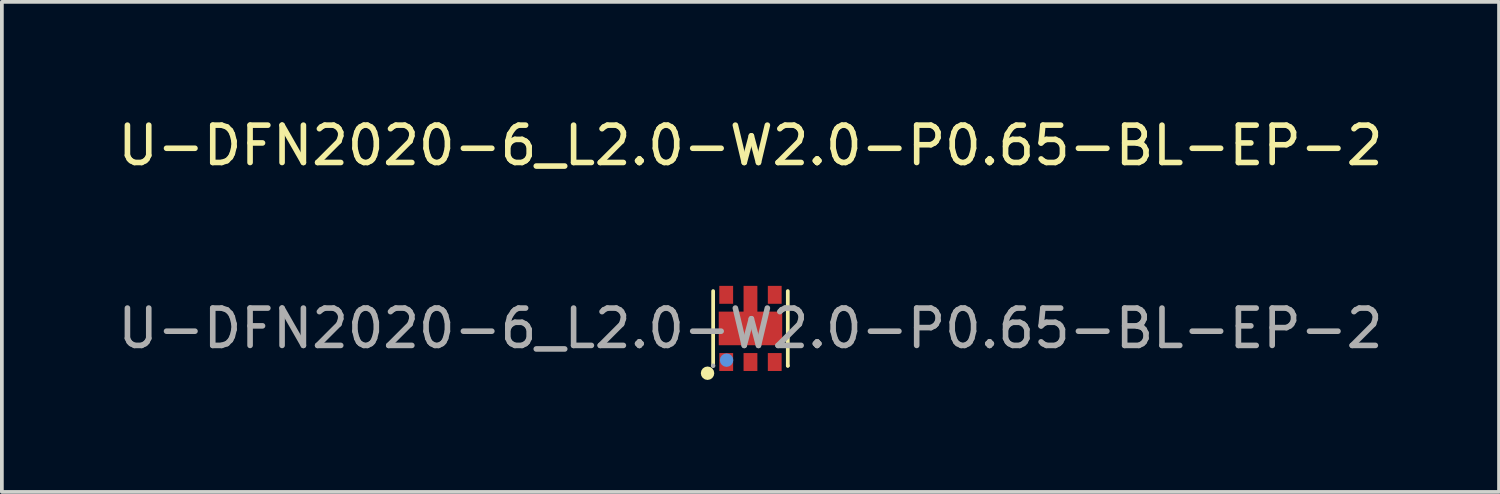
<source format=kicad_pcb>
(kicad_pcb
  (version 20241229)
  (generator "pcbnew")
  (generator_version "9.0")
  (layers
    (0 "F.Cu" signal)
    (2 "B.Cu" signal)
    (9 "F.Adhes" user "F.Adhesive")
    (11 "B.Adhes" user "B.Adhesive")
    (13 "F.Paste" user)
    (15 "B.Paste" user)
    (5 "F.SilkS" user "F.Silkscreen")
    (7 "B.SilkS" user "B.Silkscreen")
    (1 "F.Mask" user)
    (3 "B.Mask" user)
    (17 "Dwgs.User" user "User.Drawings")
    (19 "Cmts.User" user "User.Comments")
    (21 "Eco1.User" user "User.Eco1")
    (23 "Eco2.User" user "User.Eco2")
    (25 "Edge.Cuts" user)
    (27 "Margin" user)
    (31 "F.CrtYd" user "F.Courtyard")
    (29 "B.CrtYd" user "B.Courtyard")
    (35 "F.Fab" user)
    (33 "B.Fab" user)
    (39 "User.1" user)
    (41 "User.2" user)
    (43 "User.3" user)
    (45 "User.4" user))
  (footprint "U-DFN2020-6_L2.0-W2.0-P0.65-BL-EP-2"
    (layer "F.Cu")
    (at 17.054 5.748)
    (property "Reference" "U-DFN2020-6_L2.0-W2.0-P0.65-BL-EP-2" (at 0 -4.9 0) (layer "F.SilkS") (effects (font (size 1 1) (thickness 0.15))))
    (attr smd)
    (fp_line (start -1 1) (end -1 -1) (stroke (width 0.1) (type solid)) (layer "F.SilkS"))
    (fp_line (start 1 -1) (end 1 1) (stroke (width 0.1) (type solid)) (layer "F.SilkS"))
    (fp_line (start 1 1) (end 1 1) (stroke (width 0.1) (type solid)) (layer "F.SilkS"))
    (fp_circle (center -1.15 1.2) (end -1.06 1.2) (stroke (width 0.18) (type solid)) (fill no) (layer "F.SilkS"))
    (fp_circle (center -0.64 0.85) (end -0.55 0.85) (stroke (width 0.18) (type solid)) (fill no) (layer "Cmts.User"))
    (fp_circle (center -1 1) (end -0.97 1) (stroke (width 0.06) (type solid)) (fill no) (layer "F.Fab"))
    (fp_text user "${REFERENCE}" (at 0 0 0) (layer "F.Fab") (effects (font (size 1 1) (thickness 0.15))))
    (pad "1" smd rect (at -0.65 0.9) (size 0.37 0.48) (layers "F.Cu" "F.Mask" "F.Paste"))
    (pad "2" smd rect (at 0 0.9 180) (size 0.37 0.48) (layers "F.Cu" "F.Mask" "F.Paste"))
    (pad "3" smd rect (at 0.65 0.9) (size 0.37 0.48) (layers "F.Cu" "F.Mask" "F.Paste"))
    (pad "4" smd rect (at 0.65 -0.9) (size 0.37 0.48) (layers "F.Cu" "F.Mask" "F.Paste"))
    (pad "5" smd rect (at 0 -0.74 180) (size 0.37 0.8) (layers "F.Cu" "F.Mask" "F.Paste"))
    (pad "5" smd rect (at 0 0 90) (size 0.9 1.7) (layers "F.Cu" "F.Mask" "F.Paste"))
    (pad "6" smd rect (at -0.65 -0.9) (size 0.37 0.48) (layers "F.Cu" "F.Mask" "F.Paste")))
  (gr_rect
    (start -3 -3)
    (end 37.107 10.128)
    (stroke (width 0.1) (type default))
    (fill no)
    (layer "Edge.Cuts")))
</source>
